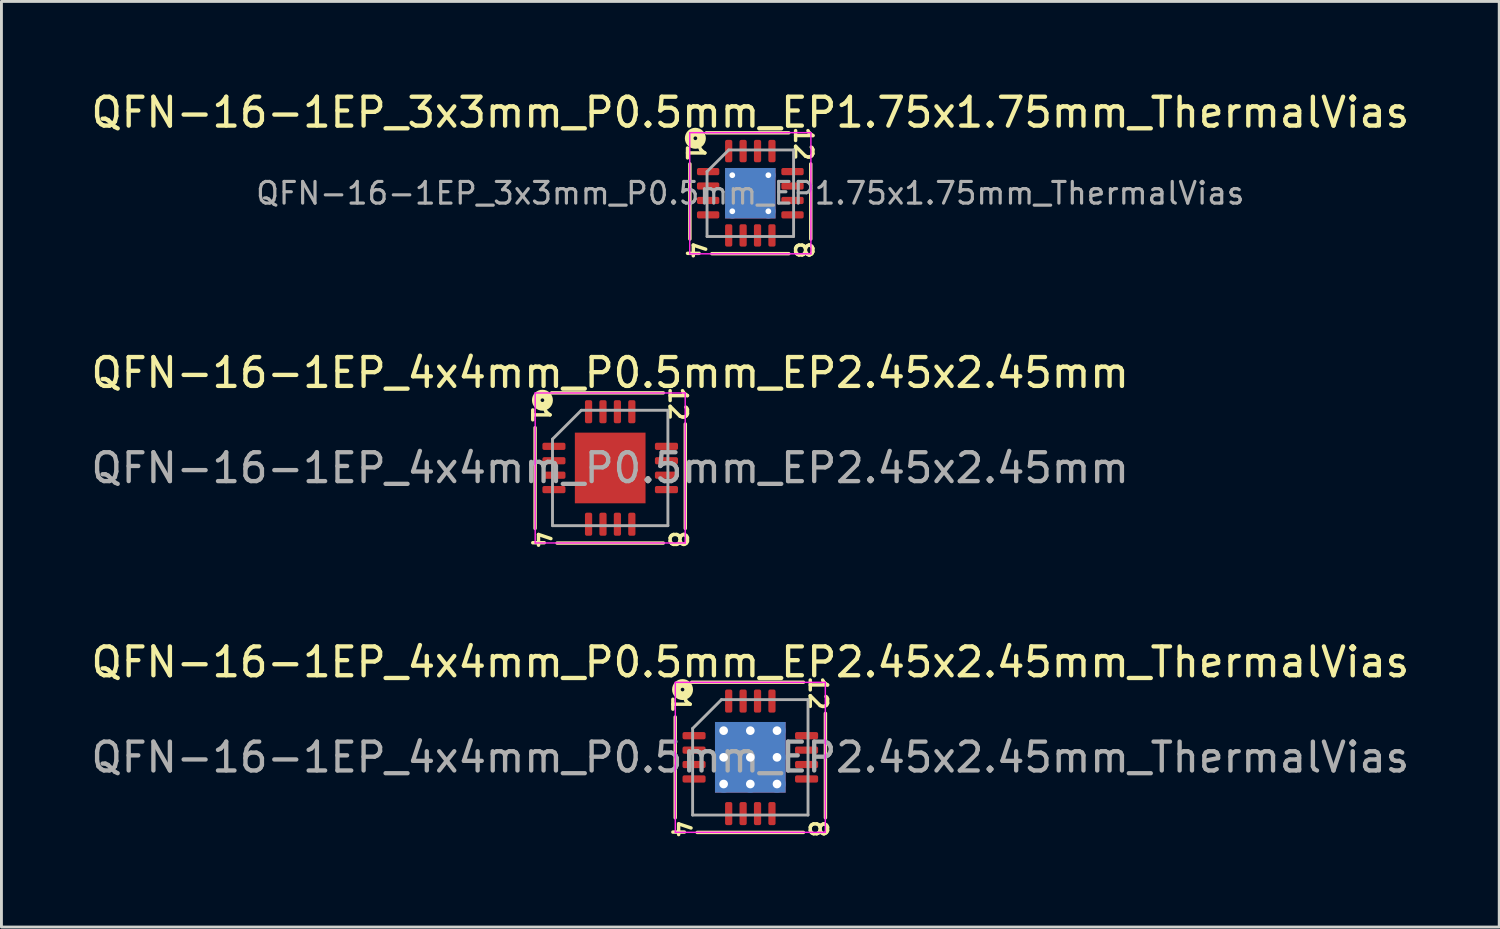
<source format=kicad_pcb>
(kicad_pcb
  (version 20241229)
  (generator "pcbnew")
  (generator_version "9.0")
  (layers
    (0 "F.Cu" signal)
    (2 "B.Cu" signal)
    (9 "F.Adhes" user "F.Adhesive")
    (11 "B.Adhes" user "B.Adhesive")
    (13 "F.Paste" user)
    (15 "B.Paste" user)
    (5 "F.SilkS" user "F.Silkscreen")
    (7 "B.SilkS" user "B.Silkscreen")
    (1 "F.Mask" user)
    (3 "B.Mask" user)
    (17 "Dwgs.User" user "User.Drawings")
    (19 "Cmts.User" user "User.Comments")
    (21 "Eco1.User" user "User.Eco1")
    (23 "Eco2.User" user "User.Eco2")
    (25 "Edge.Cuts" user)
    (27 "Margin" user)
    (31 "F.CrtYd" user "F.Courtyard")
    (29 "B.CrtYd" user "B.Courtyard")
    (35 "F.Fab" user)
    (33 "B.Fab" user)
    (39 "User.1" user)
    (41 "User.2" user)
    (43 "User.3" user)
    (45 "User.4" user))
  (footprint "QFN-16-1EP_3x3mm_P0.5mm_EP1.75x1.75mm_ThermalVias"
    (layer "F.Cu")
    (at 22.958 3.648)
    (property "Reference" "QFN-16-1EP_3x3mm_P0.5mm_EP1.75x1.75mm_ThermalVias" (at 0 -2.8 0) (layer "F.SilkS") (effects (font (size 1 1) (thickness 0.15))))
    (attr smd)
    (fp_line (start -2.095 1.587) (end -2.095 -1.016) (stroke (width 0.12) (type solid)) (layer "F.SilkS"))
    (fp_line (start -1.524 -2.095) (end 1.333 -2.095) (stroke (width 0.12) (type solid)) (layer "F.SilkS"))
    (fp_line (start 1.333 2.095) (end -1.333 2.095) (stroke (width 0.12) (type solid)) (layer "F.SilkS"))
    (fp_line (start 2.095 -1.016) (end 2.095 1.587) (stroke (width 0.12) (type solid)) (layer "F.SilkS"))
    (fp_circle (center -1.905 -1.905) (end -1.841 -1.905) (stroke (width 0.3) (type solid)) (fill no) (layer "F.SilkS"))
    (fp_line (start -2.1 -2.1) (end -2.1 2.1) (stroke (width 0.05) (type solid)) (layer "F.CrtYd"))
    (fp_line (start -2.1 2.1) (end 2.1 2.1) (stroke (width 0.05) (type solid)) (layer "F.CrtYd"))
    (fp_line (start 2.1 -2.1) (end -2.1 -2.1) (stroke (width 0.05) (type solid)) (layer "F.CrtYd"))
    (fp_line (start 2.1 2.1) (end 2.1 -2.1) (stroke (width 0.05) (type solid)) (layer "F.CrtYd"))
    (fp_line (start -1.5 -0.75) (end -0.75 -1.5) (stroke (width 0.1) (type solid)) (layer "F.Fab"))
    (fp_line (start -1.5 1.5) (end -1.5 -0.75) (stroke (width 0.1) (type solid)) (layer "F.Fab"))
    (fp_line (start -0.75 -1.5) (end 1.5 -1.5) (stroke (width 0.1) (type solid)) (layer "F.Fab"))
    (fp_line (start 1.5 -1.5) (end 1.5 1.5) (stroke (width 0.1) (type solid)) (layer "F.Fab"))
    (fp_line (start 1.5 1.5) (end -1.5 1.5) (stroke (width 0.1) (type solid)) (layer "F.Fab"))
    (fp_text user "8" (at 1.841 1.968 270) (unlocked yes) (layer "F.SilkS") (effects (font (size 0.6 0.6) (thickness 0.12))))
    (fp_text user "12" (at 1.841 -1.714 270) (unlocked yes) (layer "F.SilkS") (effects (font (size 0.6 0.6) (thickness 0.12))))
    (fp_text user "1" (at -1.905 -1.397 270) (unlocked yes) (layer "F.SilkS") (effects (font (size 0.6 0.6) (thickness 0.12))))
    (fp_text user "4" (at -1.905 1.968 270) (unlocked yes) (layer "F.SilkS") (effects (font (size 0.6 0.6) (thickness 0.12))))
    (fp_text user "${REFERENCE}" (at 0 0 0) (layer "F.Fab") (effects (font (size 0.75 0.75) (thickness 0.11))))
    (pad "" smd roundrect (at -0.44 -0.44) (size 0.76 0.76) (layers "F.Paste") (roundrect_rratio 0.25))
    (pad "" smd roundrect (at -0.44 0.44) (size 0.76 0.76) (layers "F.Paste") (roundrect_rratio 0.25))
    (pad "" smd roundrect (at 0.44 -0.44) (size 0.76 0.76) (layers "F.Paste") (roundrect_rratio 0.25))
    (pad "" smd roundrect (at 0.44 0.44) (size 0.76 0.76) (layers "F.Paste") (roundrect_rratio 0.25))
    (pad "1" smd roundrect (at -1.462 -0.75) (size 0.775 0.25) (layers "F.Cu" "F.Mask" "F.Paste") (roundrect_rratio 0.25))
    (pad "2" smd roundrect (at -1.462 -0.25) (size 0.775 0.25) (layers "F.Cu" "F.Mask" "F.Paste") (roundrect_rratio 0.25))
    (pad "3" smd roundrect (at -1.462 0.25) (size 0.775 0.25) (layers "F.Cu" "F.Mask" "F.Paste") (roundrect_rratio 0.25))
    (pad "4" smd roundrect (at -1.462 0.75) (size 0.775 0.25) (layers "F.Cu" "F.Mask" "F.Paste") (roundrect_rratio 0.25))
    (pad "5" smd roundrect (at -0.75 1.462) (size 0.25 0.775) (layers "F.Cu" "F.Mask" "F.Paste") (roundrect_rratio 0.25))
    (pad "6" smd roundrect (at -0.25 1.462) (size 0.25 0.775) (layers "F.Cu" "F.Mask" "F.Paste") (roundrect_rratio 0.25))
    (pad "7" smd roundrect (at 0.25 1.462) (size 0.25 0.775) (layers "F.Cu" "F.Mask" "F.Paste") (roundrect_rratio 0.25))
    (pad "8" smd roundrect (at 0.75 1.462) (size 0.25 0.775) (layers "F.Cu" "F.Mask" "F.Paste") (roundrect_rratio 0.25))
    (pad "9" smd roundrect (at 1.462 0.75) (size 0.775 0.25) (layers "F.Cu" "F.Mask" "F.Paste") (roundrect_rratio 0.25))
    (pad "10" smd roundrect (at 1.462 0.25) (size 0.775 0.25) (layers "F.Cu" "F.Mask" "F.Paste") (roundrect_rratio 0.25))
    (pad "11" smd roundrect (at 1.462 -0.25) (size 0.775 0.25) (layers "F.Cu" "F.Mask" "F.Paste") (roundrect_rratio 0.25))
    (pad "12" smd roundrect (at 1.462 -0.75) (size 0.775 0.25) (layers "F.Cu" "F.Mask" "F.Paste") (roundrect_rratio 0.25))
    (pad "13" smd roundrect (at 0.75 -1.462) (size 0.25 0.775) (layers "F.Cu" "F.Mask" "F.Paste") (roundrect_rratio 0.25))
    (pad "14" smd roundrect (at 0.25 -1.462) (size 0.25 0.775) (layers "F.Cu" "F.Mask" "F.Paste") (roundrect_rratio 0.25))
    (pad "15" smd roundrect (at -0.25 -1.462) (size 0.25 0.775) (layers "F.Cu" "F.Mask" "F.Paste") (roundrect_rratio 0.25))
    (pad "16" smd roundrect (at -0.75 -1.462) (size 0.25 0.775) (layers "F.Cu" "F.Mask" "F.Paste") (roundrect_rratio 0.25))
    (pad "17" thru_hole circle (at -0.625 -0.625) (size 0.5 0.5) (drill 0.2) (layers "*.Cu"))
    (pad "17" thru_hole circle (at -0.625 0.625) (size 0.5 0.5) (drill 0.2) (layers "*.Cu"))
    (pad "17" smd rect (at 0 0) (size 1.75 1.75) (layers "F.Cu" "F.Mask"))
    (pad "17" smd rect (at 0 0) (size 1.75 1.75) (layers "B.Cu" "B.Mask"))
    (pad "17" thru_hole circle (at 0.625 -0.625) (size 0.5 0.5) (drill 0.2) (layers "*.Cu"))
    (pad "17" thru_hole circle (at 0.625 0.625) (size 0.5 0.5) (drill 0.2) (layers "*.Cu")))
  (footprint "QFN-16-1EP_4x4mm_P0.5mm_EP2.45x2.45mm"
    (layer "F.Cu")
    (at 18.101 13.171)
    (property "Reference" "QFN-16-1EP_4x4mm_P0.5mm_EP2.45x2.45mm" (at 0 -3.3 0) (layer "F.SilkS") (effects (font (size 1 1) (thickness 0.15))))
    (attr smd)
    (fp_line (start -2.603 -1.397) (end -2.603 2.095) (stroke (width 0.12) (type solid)) (layer "F.SilkS"))
    (fp_line (start -1.841 2.603) (end 1.841 2.603) (stroke (width 0.12) (type solid)) (layer "F.SilkS"))
    (fp_line (start 1.841 -2.603) (end -2.032 -2.603) (stroke (width 0.12) (type solid)) (layer "F.SilkS"))
    (fp_line (start 2.603 2.095) (end 2.603 -1.524) (stroke (width 0.12) (type solid)) (layer "F.SilkS"))
    (fp_circle (center -2.349 -2.349) (end -2.286 -2.349) (stroke (width 0.3) (type solid)) (fill no) (layer "F.SilkS"))
    (fp_line (start -2.6 -2.6) (end -2.6 2.6) (stroke (width 0.05) (type solid)) (layer "F.CrtYd"))
    (fp_line (start -2.6 2.6) (end 2.6 2.6) (stroke (width 0.05) (type solid)) (layer "F.CrtYd"))
    (fp_line (start 2.6 -2.6) (end -2.6 -2.6) (stroke (width 0.05) (type solid)) (layer "F.CrtYd"))
    (fp_line (start 2.6 2.6) (end 2.6 -2.6) (stroke (width 0.05) (type solid)) (layer "F.CrtYd"))
    (fp_line (start -2 -1) (end -1 -2) (stroke (width 0.1) (type solid)) (layer "F.Fab"))
    (fp_line (start -2 2) (end -2 -1) (stroke (width 0.1) (type solid)) (layer "F.Fab"))
    (fp_line (start -1 -2) (end 2 -2) (stroke (width 0.1) (type solid)) (layer "F.Fab"))
    (fp_line (start 2 -2) (end 2 2) (stroke (width 0.1) (type solid)) (layer "F.Fab"))
    (fp_line (start 2 2) (end -2 2) (stroke (width 0.1) (type solid)) (layer "F.Fab"))
    (fp_text user "4" (at -2.413 2.477 270) (unlocked yes) (layer "F.SilkS") (effects (font (size 0.6 0.6) (thickness 0.12))))
    (fp_text user "12" (at 2.349 -2.223 270) (unlocked yes) (layer "F.SilkS") (effects (font (size 0.6 0.6) (thickness 0.12))))
    (fp_text user "8" (at 2.349 2.477 270) (unlocked yes) (layer "F.SilkS") (effects (font (size 0.6 0.6) (thickness 0.12))))
    (fp_text user "1" (at -2.413 -1.841 270) (unlocked yes) (layer "F.SilkS") (effects (font (size 0.6 0.6) (thickness 0.12))))
    (fp_text user "${REFERENCE}" (at 0 0 0) (layer "F.Fab") (effects (font (size 1 1) (thickness 0.15))))
    (pad "" smd roundrect (at -0.61 -0.61) (size 0.99 0.99) (layers "F.Paste") (roundrect_rratio 0.25))
    (pad "" smd roundrect (at -0.61 0.61) (size 0.99 0.99) (layers "F.Paste") (roundrect_rratio 0.25))
    (pad "" smd roundrect (at 0.61 -0.61) (size 0.99 0.99) (layers "F.Paste") (roundrect_rratio 0.25))
    (pad "" smd roundrect (at 0.61 0.61) (size 0.99 0.99) (layers "F.Paste") (roundrect_rratio 0.25))
    (pad "1" smd roundrect (at -1.95 -0.75) (size 0.8 0.25) (layers "F.Cu" "F.Mask" "F.Paste") (roundrect_rratio 0.25))
    (pad "2" smd roundrect (at -1.95 -0.25) (size 0.8 0.25) (layers "F.Cu" "F.Mask" "F.Paste") (roundrect_rratio 0.25))
    (pad "3" smd roundrect (at -1.95 0.25) (size 0.8 0.25) (layers "F.Cu" "F.Mask" "F.Paste") (roundrect_rratio 0.25))
    (pad "4" smd roundrect (at -1.95 0.75) (size 0.8 0.25) (layers "F.Cu" "F.Mask" "F.Paste") (roundrect_rratio 0.25))
    (pad "5" smd roundrect (at -0.75 1.95) (size 0.25 0.8) (layers "F.Cu" "F.Mask" "F.Paste") (roundrect_rratio 0.25))
    (pad "6" smd roundrect (at -0.25 1.95) (size 0.25 0.8) (layers "F.Cu" "F.Mask" "F.Paste") (roundrect_rratio 0.25))
    (pad "7" smd roundrect (at 0.25 1.95) (size 0.25 0.8) (layers "F.Cu" "F.Mask" "F.Paste") (roundrect_rratio 0.25))
    (pad "8" smd roundrect (at 0.75 1.95) (size 0.25 0.8) (layers "F.Cu" "F.Mask" "F.Paste") (roundrect_rratio 0.25))
    (pad "9" smd roundrect (at 1.95 0.75) (size 0.8 0.25) (layers "F.Cu" "F.Mask" "F.Paste") (roundrect_rratio 0.25))
    (pad "10" smd roundrect (at 1.95 0.25) (size 0.8 0.25) (layers "F.Cu" "F.Mask" "F.Paste") (roundrect_rratio 0.25))
    (pad "11" smd roundrect (at 1.95 -0.25) (size 0.8 0.25) (layers "F.Cu" "F.Mask" "F.Paste") (roundrect_rratio 0.25))
    (pad "12" smd roundrect (at 1.95 -0.75) (size 0.8 0.25) (layers "F.Cu" "F.Mask" "F.Paste") (roundrect_rratio 0.25))
    (pad "13" smd roundrect (at 0.75 -1.95) (size 0.25 0.8) (layers "F.Cu" "F.Mask" "F.Paste") (roundrect_rratio 0.25))
    (pad "14" smd roundrect (at 0.25 -1.95) (size 0.25 0.8) (layers "F.Cu" "F.Mask" "F.Paste") (roundrect_rratio 0.25))
    (pad "15" smd roundrect (at -0.25 -1.95) (size 0.25 0.8) (layers "F.Cu" "F.Mask" "F.Paste") (roundrect_rratio 0.25))
    (pad "16" smd roundrect (at -0.75 -1.95) (size 0.25 0.8) (layers "F.Cu" "F.Mask" "F.Paste") (roundrect_rratio 0.25))
    (pad "17" smd rect (at 0 0) (size 2.45 2.45) (layers "F.Cu" "F.Mask")))
  (footprint "QFN-16-1EP_4x4mm_P0.5mm_EP2.45x2.45mm_ThermalVias"
    (layer "F.Cu")
    (at 22.958 23.201)
    (property "Reference" "QFN-16-1EP_4x4mm_P0.5mm_EP2.45x2.45mm_ThermalVias" (at 0 -3.3 0) (layer "F.SilkS") (effects (font (size 1 1) (thickness 0.15))))
    (attr smd)
    (fp_line (start -2.603 -1.397) (end -2.603 2.095) (stroke (width 0.12) (type solid)) (layer "F.SilkS"))
    (fp_line (start -1.841 2.603) (end 1.841 2.603) (stroke (width 0.12) (type solid)) (layer "F.SilkS"))
    (fp_line (start 1.841 -2.603) (end -2.032 -2.603) (stroke (width 0.12) (type solid)) (layer "F.SilkS"))
    (fp_line (start 2.603 2.095) (end 2.603 -1.524) (stroke (width 0.12) (type solid)) (layer "F.SilkS"))
    (fp_circle (center -2.349 -2.349) (end -2.286 -2.349) (stroke (width 0.3) (type solid)) (fill no) (layer "F.SilkS"))
    (fp_line (start -2.6 -2.6) (end -2.6 2.6) (stroke (width 0.05) (type solid)) (layer "F.CrtYd"))
    (fp_line (start -2.6 2.6) (end 2.6 2.6) (stroke (width 0.05) (type solid)) (layer "F.CrtYd"))
    (fp_line (start 2.6 -2.6) (end -2.6 -2.6) (stroke (width 0.05) (type solid)) (layer "F.CrtYd"))
    (fp_line (start 2.6 2.6) (end 2.6 -2.6) (stroke (width 0.05) (type solid)) (layer "F.CrtYd"))
    (fp_line (start -2 -1) (end -1 -2) (stroke (width 0.1) (type solid)) (layer "F.Fab"))
    (fp_line (start -2 2) (end -2 -1) (stroke (width 0.1) (type solid)) (layer "F.Fab"))
    (fp_line (start -1 -2) (end 2 -2) (stroke (width 0.1) (type solid)) (layer "F.Fab"))
    (fp_line (start 2 -2) (end 2 2) (stroke (width 0.1) (type solid)) (layer "F.Fab"))
    (fp_line (start 2 2) (end -2 2) (stroke (width 0.1) (type solid)) (layer "F.Fab"))
    (fp_text user "1" (at -2.413 -1.841 270) (unlocked yes) (layer "F.SilkS") (effects (font (size 0.6 0.6) (thickness 0.12))))
    (fp_text user "12" (at 2.349 -2.223 270) (unlocked yes) (layer "F.SilkS") (effects (font (size 0.6 0.6) (thickness 0.12))))
    (fp_text user "4" (at -2.413 2.477 270) (unlocked yes) (layer "F.SilkS") (effects (font (size 0.6 0.6) (thickness 0.12))))
    (fp_text user "8" (at 2.349 2.477 270) (unlocked yes) (layer "F.SilkS") (effects (font (size 0.6 0.6) (thickness 0.12))))
    (fp_text user "${REFERENCE}" (at 0 0 0) (layer "F.Fab") (effects (font (size 1 1) (thickness 0.15))))
    (pad "" smd roundrect (at -0.61 -0.61) (size 1.06 1.06) (layers "F.Paste") (roundrect_rratio 0.236))
    (pad "" smd roundrect (at -0.61 0.61) (size 1.06 1.06) (layers "F.Paste") (roundrect_rratio 0.236))
    (pad "" smd roundrect (at 0.61 -0.61) (size 1.06 1.06) (layers "F.Paste") (roundrect_rratio 0.236))
    (pad "" smd roundrect (at 0.61 0.61) (size 1.06 1.06) (layers "F.Paste") (roundrect_rratio 0.236))
    (pad "1" smd roundrect (at -1.95 -0.75) (size 0.8 0.25) (layers "F.Cu" "F.Mask" "F.Paste") (roundrect_rratio 0.25))
    (pad "2" smd roundrect (at -1.95 -0.25) (size 0.8 0.25) (layers "F.Cu" "F.Mask" "F.Paste") (roundrect_rratio 0.25))
    (pad "3" smd roundrect (at -1.95 0.25) (size 0.8 0.25) (layers "F.Cu" "F.Mask" "F.Paste") (roundrect_rratio 0.25))
    (pad "4" smd roundrect (at -1.95 0.75) (size 0.8 0.25) (layers "F.Cu" "F.Mask" "F.Paste") (roundrect_rratio 0.25))
    (pad "5" smd roundrect (at -0.75 1.95) (size 0.25 0.8) (layers "F.Cu" "F.Mask" "F.Paste") (roundrect_rratio 0.25))
    (pad "6" smd roundrect (at -0.25 1.95) (size 0.25 0.8) (layers "F.Cu" "F.Mask" "F.Paste") (roundrect_rratio 0.25))
    (pad "7" smd roundrect (at 0.25 1.95) (size 0.25 0.8) (layers "F.Cu" "F.Mask" "F.Paste") (roundrect_rratio 0.25))
    (pad "8" smd roundrect (at 0.75 1.95) (size 0.25 0.8) (layers "F.Cu" "F.Mask" "F.Paste") (roundrect_rratio 0.25))
    (pad "9" smd roundrect (at 1.95 0.75) (size 0.8 0.25) (layers "F.Cu" "F.Mask" "F.Paste") (roundrect_rratio 0.25))
    (pad "10" smd roundrect (at 1.95 0.25) (size 0.8 0.25) (layers "F.Cu" "F.Mask" "F.Paste") (roundrect_rratio 0.25))
    (pad "11" smd roundrect (at 1.95 -0.25) (size 0.8 0.25) (layers "F.Cu" "F.Mask" "F.Paste") (roundrect_rratio 0.25))
    (pad "12" smd roundrect (at 1.95 -0.75) (size 0.8 0.25) (layers "F.Cu" "F.Mask" "F.Paste") (roundrect_rratio 0.25))
    (pad "13" smd roundrect (at 0.75 -1.95) (size 0.25 0.8) (layers "F.Cu" "F.Mask" "F.Paste") (roundrect_rratio 0.25))
    (pad "14" smd roundrect (at 0.25 -1.95) (size 0.25 0.8) (layers "F.Cu" "F.Mask" "F.Paste") (roundrect_rratio 0.25))
    (pad "15" smd roundrect (at -0.25 -1.95) (size 0.25 0.8) (layers "F.Cu" "F.Mask" "F.Paste") (roundrect_rratio 0.25))
    (pad "16" smd roundrect (at -0.75 -1.95) (size 0.25 0.8) (layers "F.Cu" "F.Mask" "F.Paste") (roundrect_rratio 0.25))
    (pad "17" thru_hole circle (at -0.925 -0.925) (size 0.6 0.6) (drill 0.3) (layers "*.Cu"))
    (pad "17" thru_hole circle (at -0.925 0) (size 0.6 0.6) (drill 0.3) (layers "*.Cu"))
    (pad "17" thru_hole circle (at -0.925 0.925) (size 0.6 0.6) (drill 0.3) (layers "*.Cu"))
    (pad "17" thru_hole circle (at 0 -0.925) (size 0.6 0.6) (drill 0.3) (layers "*.Cu"))
    (pad "17" thru_hole circle (at 0 0) (size 0.6 0.6) (drill 0.3) (layers "*.Cu"))
    (pad "17" smd rect (at 0 0) (size 2.45 2.45) (layers "F.Cu" "F.Mask"))
    (pad "17" smd rect (at 0 0) (size 2.45 2.45) (layers "B.Cu" "B.Mask"))
    (pad "17" thru_hole circle (at 0 0.925) (size 0.6 0.6) (drill 0.3) (layers "*.Cu"))
    (pad "17" thru_hole circle (at 0.925 -0.925) (size 0.6 0.6) (drill 0.3) (layers "*.Cu"))
    (pad "17" thru_hole circle (at 0.925 0) (size 0.6 0.6) (drill 0.3) (layers "*.Cu"))
    (pad "17" thru_hole circle (at 0.925 0.925) (size 0.6 0.6) (drill 0.3) (layers "*.Cu")))
  (gr_rect
    (start -3 -3)
    (end 48.917 29.083)
    (stroke (width 0.1) (type default))
    (fill no)
    (layer "Edge.Cuts")))
</source>
